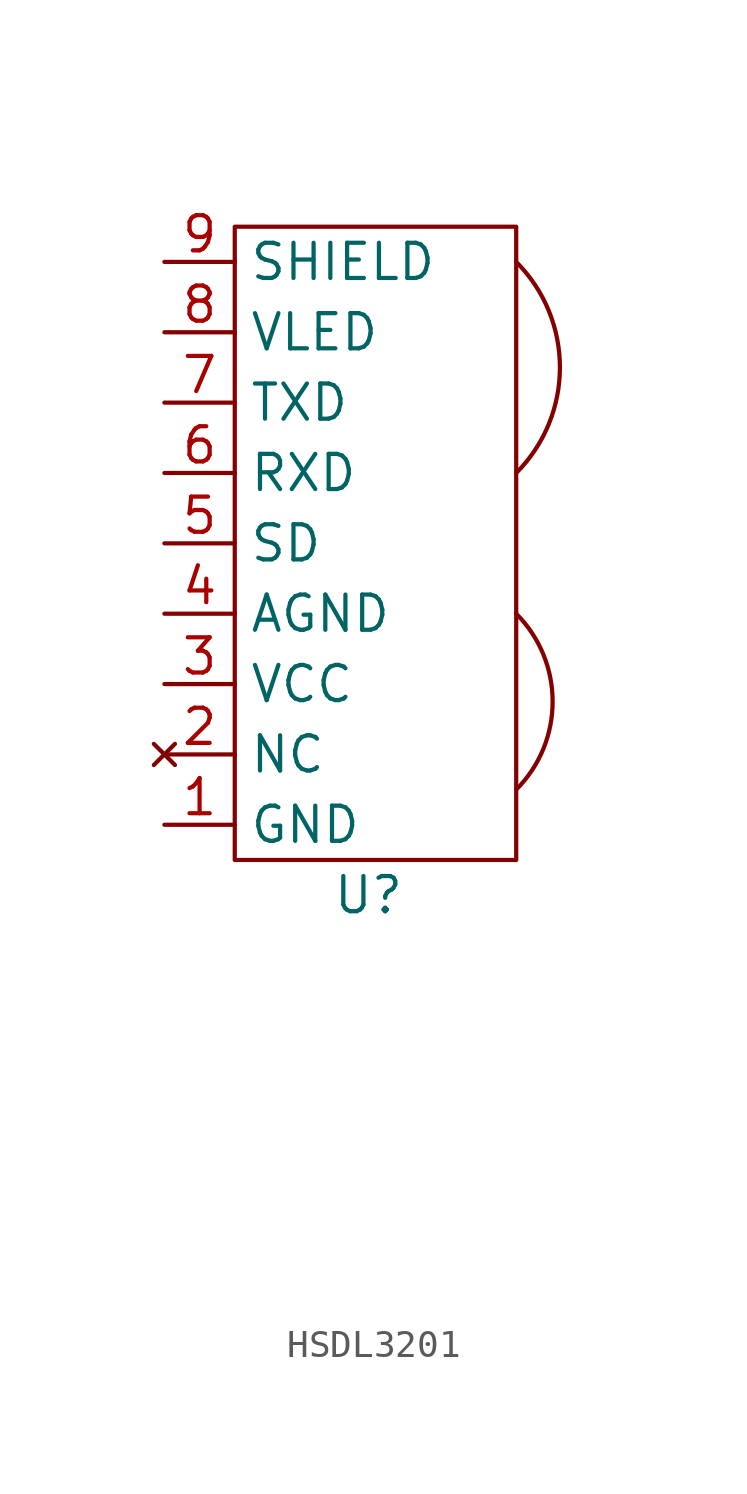
<source format=kicad_sym>
(kicad_symbol_lib
  (version 20231120)
  (generator "kicad_symbol_editor")
  (generator_version "8.0")
  (symbol "HSDL3201"
    (property "Reference" "U"
      (at -7.874 11.43 0)
      (effects (font (size 1.27 1.27))))
    (property "Value" ""
      (at 0 0 0)
      (effects (font (size 1.27 1.27))))
    (symbol "HSDL3201_0_1"
      (rectangle (start -12.7 35.56) (end -2.54 12.7) (stroke (width 0) (type default)) (fill (type none)))
      (arc (start -2.54 15.24) (mid -1.2249 18.415) (end -2.54 21.59) (stroke (width 0) (type default)) (fill (type none)))
      (arc (start -2.54 26.67) (mid -0.9618 30.48) (end -2.54 34.29) (stroke (width 0) (type default)) (fill (type none))))
    (symbol "HSDL3201_1_1"
      (pin power_in line (at -15.24 13.97 0) (length 2.54) (name "GND" (effects (font (size 1.27 1.27)))) (number "1" (effects (font (size 1.27 1.27)))))
      (pin no_connect line (at -15.24 16.51 0) (length 2.54) (name "NC" (effects (font (size 1.27 1.27)))) (number "2" (effects (font (size 1.27 1.27)))))
      (pin power_in line (at -15.24 19.05 0) (length 2.54) (name "VCC" (effects (font (size 1.27 1.27)))) (number "3" (effects (font (size 1.27 1.27)))))
      (pin power_in line (at -15.24 21.59 0) (length 2.54) (name "AGND" (effects (font (size 1.27 1.27)))) (number "4" (effects (font (size 1.27 1.27)))))
      (pin input line (at -15.24 24.13 0) (length 2.54) (name "SD" (effects (font (size 1.27 1.27)))) (number "5" (effects (font (size 1.27 1.27)))))
      (pin output line (at -15.24 26.67 0) (length 2.54) (name "RXD" (effects (font (size 1.27 1.27)))) (number "6" (effects (font (size 1.27 1.27)))))
      (pin input line (at -15.24 29.21 0) (length 2.54) (name "TXD" (effects (font (size 1.27 1.27)))) (number "7" (effects (font (size 1.27 1.27)))))
      (pin power_in line (at -15.24 31.75 0) (length 2.54) (name "VLED" (effects (font (size 1.27 1.27)))) (number "8" (effects (font (size 1.27 1.27)))))
      (pin power_in line (at -15.24 34.29 0) (length 2.54) (name "SHIELD" (effects (font (size 1.27 1.27)))) (number "9" (effects (font (size 1.27 1.27))))))))
</source>
